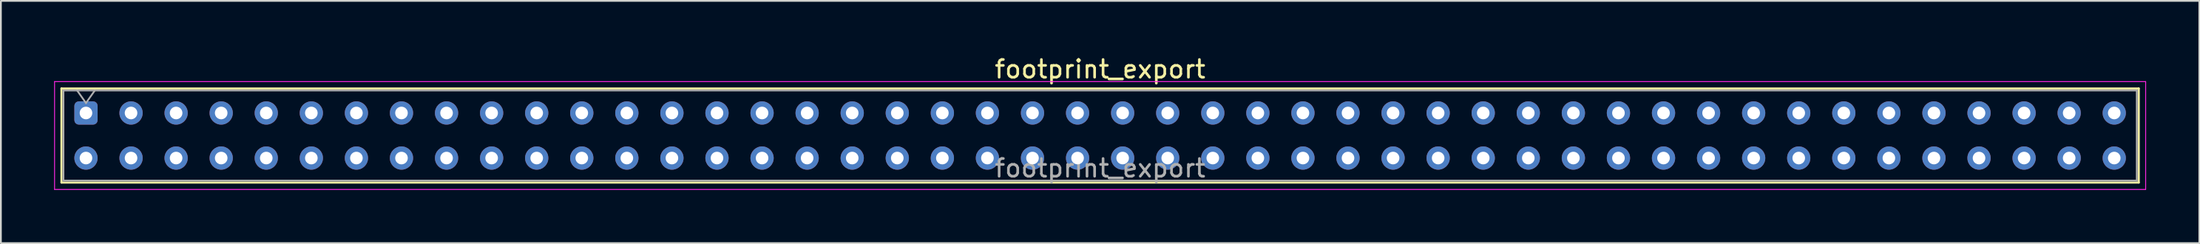
<source format=kicad_pcb>
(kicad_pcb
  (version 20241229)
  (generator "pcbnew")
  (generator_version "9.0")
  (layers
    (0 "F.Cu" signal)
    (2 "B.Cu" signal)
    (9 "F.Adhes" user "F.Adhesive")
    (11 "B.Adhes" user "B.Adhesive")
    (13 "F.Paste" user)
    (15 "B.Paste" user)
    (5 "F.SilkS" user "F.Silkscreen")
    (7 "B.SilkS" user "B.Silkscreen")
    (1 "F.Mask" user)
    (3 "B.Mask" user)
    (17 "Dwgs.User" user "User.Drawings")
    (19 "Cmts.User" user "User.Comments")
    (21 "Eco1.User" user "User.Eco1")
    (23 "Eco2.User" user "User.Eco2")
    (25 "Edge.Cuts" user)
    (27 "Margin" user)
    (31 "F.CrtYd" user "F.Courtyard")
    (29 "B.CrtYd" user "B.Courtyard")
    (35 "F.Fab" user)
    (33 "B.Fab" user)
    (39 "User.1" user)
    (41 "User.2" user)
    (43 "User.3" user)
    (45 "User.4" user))
  (footprint "footprint_export"
    (layer "F.Cu")
    (at 1.795 3.318)
    (property "Reference" "footprint_export" (at 57.15 -2.47 0) (layer "F.SilkS") (effects (font (size 1 1) (thickness 0.15))))
    (attr through_hole)
    (fp_line (start -1.38 -1.38) (end 115.68 -1.38) (stroke (width 0.12) (type solid)) (layer "F.SilkS"))
    (fp_line (start -1.38 3.92) (end -1.38 -1.38) (stroke (width 0.12) (type solid)) (layer "F.SilkS"))
    (fp_line (start 115.68 -1.38) (end 115.68 3.92) (stroke (width 0.12) (type solid)) (layer "F.SilkS"))
    (fp_line (start 115.68 3.92) (end -1.38 3.92) (stroke (width 0.12) (type solid)) (layer "F.SilkS"))
    (fp_line (start -1.77 -1.77) (end 116.07 -1.77) (stroke (width 0.05) (type solid)) (layer "F.CrtYd"))
    (fp_line (start -1.77 4.31) (end -1.77 -1.77) (stroke (width 0.05) (type solid)) (layer "F.CrtYd"))
    (fp_line (start 116.07 -1.77) (end 116.07 4.31) (stroke (width 0.05) (type solid)) (layer "F.CrtYd"))
    (fp_line (start 116.07 4.31) (end -1.77 4.31) (stroke (width 0.05) (type solid)) (layer "F.CrtYd"))
    (fp_line (start -1.27 -1.27) (end 115.57 -1.27) (stroke (width 0.1) (type solid)) (layer "F.Fab"))
    (fp_line (start -1.27 3.81) (end -1.27 -1.27) (stroke (width 0.1) (type solid)) (layer "F.Fab"))
    (fp_line (start -0.5 -1.27) (end 0 -0.563) (stroke (width 0.1) (type solid)) (layer "F.Fab"))
    (fp_line (start 0 -0.563) (end 0.5 -1.27) (stroke (width 0.1) (type solid)) (layer "F.Fab"))
    (fp_line (start 115.57 -1.27) (end 115.57 3.81) (stroke (width 0.1) (type solid)) (layer "F.Fab"))
    (fp_line (start 115.57 3.81) (end -1.27 3.81) (stroke (width 0.1) (type solid)) (layer "F.Fab"))
    (fp_text user "${REFERENCE}" (at 57.15 3.11 0) (layer "F.Fab") (effects (font (size 1 1) (thickness 0.15))))
    (pad "1" thru_hole roundrect (at 0 0) (size 1.31 1.31) (drill 0.71) (layers "*.Cu" "*.Mask") (roundrect_rratio 0.191))
    (pad "2" thru_hole circle (at 0 2.54) (size 1.31 1.31) (drill 0.71) (layers "*.Cu" "*.Mask"))
    (pad "3" thru_hole circle (at 2.54 0) (size 1.31 1.31) (drill 0.71) (layers "*.Cu" "*.Mask"))
    (pad "4" thru_hole circle (at 2.54 2.54) (size 1.31 1.31) (drill 0.71) (layers "*.Cu" "*.Mask"))
    (pad "5" thru_hole circle (at 5.08 0) (size 1.31 1.31) (drill 0.71) (layers "*.Cu" "*.Mask"))
    (pad "6" thru_hole circle (at 5.08 2.54) (size 1.31 1.31) (drill 0.71) (layers "*.Cu" "*.Mask"))
    (pad "7" thru_hole circle (at 7.62 0) (size 1.31 1.31) (drill 0.71) (layers "*.Cu" "*.Mask"))
    (pad "8" thru_hole circle (at 7.62 2.54) (size 1.31 1.31) (drill 0.71) (layers "*.Cu" "*.Mask"))
    (pad "9" thru_hole circle (at 10.16 0) (size 1.31 1.31) (drill 0.71) (layers "*.Cu" "*.Mask"))
    (pad "10" thru_hole circle (at 10.16 2.54) (size 1.31 1.31) (drill 0.71) (layers "*.Cu" "*.Mask"))
    (pad "11" thru_hole circle (at 12.7 0) (size 1.31 1.31) (drill 0.71) (layers "*.Cu" "*.Mask"))
    (pad "12" thru_hole circle (at 12.7 2.54) (size 1.31 1.31) (drill 0.71) (layers "*.Cu" "*.Mask"))
    (pad "13" thru_hole circle (at 15.24 0) (size 1.31 1.31) (drill 0.71) (layers "*.Cu" "*.Mask"))
    (pad "14" thru_hole circle (at 15.24 2.54) (size 1.31 1.31) (drill 0.71) (layers "*.Cu" "*.Mask"))
    (pad "15" thru_hole circle (at 17.78 0) (size 1.31 1.31) (drill 0.71) (layers "*.Cu" "*.Mask"))
    (pad "16" thru_hole circle (at 17.78 2.54) (size 1.31 1.31) (drill 0.71) (layers "*.Cu" "*.Mask"))
    (pad "17" thru_hole circle (at 20.32 0) (size 1.31 1.31) (drill 0.71) (layers "*.Cu" "*.Mask"))
    (pad "18" thru_hole circle (at 20.32 2.54) (size 1.31 1.31) (drill 0.71) (layers "*.Cu" "*.Mask"))
    (pad "19" thru_hole circle (at 22.86 0) (size 1.31 1.31) (drill 0.71) (layers "*.Cu" "*.Mask"))
    (pad "20" thru_hole circle (at 22.86 2.54) (size 1.31 1.31) (drill 0.71) (layers "*.Cu" "*.Mask"))
    (pad "21" thru_hole circle (at 25.4 0) (size 1.31 1.31) (drill 0.71) (layers "*.Cu" "*.Mask"))
    (pad "22" thru_hole circle (at 25.4 2.54) (size 1.31 1.31) (drill 0.71) (layers "*.Cu" "*.Mask"))
    (pad "23" thru_hole circle (at 27.94 0) (size 1.31 1.31) (drill 0.71) (layers "*.Cu" "*.Mask"))
    (pad "24" thru_hole circle (at 27.94 2.54) (size 1.31 1.31) (drill 0.71) (layers "*.Cu" "*.Mask"))
    (pad "25" thru_hole circle (at 30.48 0) (size 1.31 1.31) (drill 0.71) (layers "*.Cu" "*.Mask"))
    (pad "26" thru_hole circle (at 30.48 2.54) (size 1.31 1.31) (drill 0.71) (layers "*.Cu" "*.Mask"))
    (pad "27" thru_hole circle (at 33.02 0) (size 1.31 1.31) (drill 0.71) (layers "*.Cu" "*.Mask"))
    (pad "28" thru_hole circle (at 33.02 2.54) (size 1.31 1.31) (drill 0.71) (layers "*.Cu" "*.Mask"))
    (pad "29" thru_hole circle (at 35.56 0) (size 1.31 1.31) (drill 0.71) (layers "*.Cu" "*.Mask"))
    (pad "30" thru_hole circle (at 35.56 2.54) (size 1.31 1.31) (drill 0.71) (layers "*.Cu" "*.Mask"))
    (pad "31" thru_hole circle (at 38.1 0) (size 1.31 1.31) (drill 0.71) (layers "*.Cu" "*.Mask"))
    (pad "32" thru_hole circle (at 38.1 2.54) (size 1.31 1.31) (drill 0.71) (layers "*.Cu" "*.Mask"))
    (pad "33" thru_hole circle (at 40.64 0) (size 1.31 1.31) (drill 0.71) (layers "*.Cu" "*.Mask"))
    (pad "34" thru_hole circle (at 40.64 2.54) (size 1.31 1.31) (drill 0.71) (layers "*.Cu" "*.Mask"))
    (pad "35" thru_hole circle (at 43.18 0) (size 1.31 1.31) (drill 0.71) (layers "*.Cu" "*.Mask"))
    (pad "36" thru_hole circle (at 43.18 2.54) (size 1.31 1.31) (drill 0.71) (layers "*.Cu" "*.Mask"))
    (pad "37" thru_hole circle (at 45.72 0) (size 1.31 1.31) (drill 0.71) (layers "*.Cu" "*.Mask"))
    (pad "38" thru_hole circle (at 45.72 2.54) (size 1.31 1.31) (drill 0.71) (layers "*.Cu" "*.Mask"))
    (pad "39" thru_hole circle (at 48.26 0) (size 1.31 1.31) (drill 0.71) (layers "*.Cu" "*.Mask"))
    (pad "40" thru_hole circle (at 48.26 2.54) (size 1.31 1.31) (drill 0.71) (layers "*.Cu" "*.Mask"))
    (pad "41" thru_hole circle (at 50.8 0) (size 1.31 1.31) (drill 0.71) (layers "*.Cu" "*.Mask"))
    (pad "42" thru_hole circle (at 50.8 2.54) (size 1.31 1.31) (drill 0.71) (layers "*.Cu" "*.Mask"))
    (pad "43" thru_hole circle (at 53.34 0) (size 1.31 1.31) (drill 0.71) (layers "*.Cu" "*.Mask"))
    (pad "44" thru_hole circle (at 53.34 2.54) (size 1.31 1.31) (drill 0.71) (layers "*.Cu" "*.Mask"))
    (pad "45" thru_hole circle (at 55.88 0) (size 1.31 1.31) (drill 0.71) (layers "*.Cu" "*.Mask"))
    (pad "46" thru_hole circle (at 55.88 2.54) (size 1.31 1.31) (drill 0.71) (layers "*.Cu" "*.Mask"))
    (pad "47" thru_hole circle (at 58.42 0) (size 1.31 1.31) (drill 0.71) (layers "*.Cu" "*.Mask"))
    (pad "48" thru_hole circle (at 58.42 2.54) (size 1.31 1.31) (drill 0.71) (layers "*.Cu" "*.Mask"))
    (pad "49" thru_hole circle (at 60.96 0) (size 1.31 1.31) (drill 0.71) (layers "*.Cu" "*.Mask"))
    (pad "50" thru_hole circle (at 60.96 2.54) (size 1.31 1.31) (drill 0.71) (layers "*.Cu" "*.Mask"))
    (pad "51" thru_hole circle (at 63.5 0) (size 1.31 1.31) (drill 0.71) (layers "*.Cu" "*.Mask"))
    (pad "52" thru_hole circle (at 63.5 2.54) (size 1.31 1.31) (drill 0.71) (layers "*.Cu" "*.Mask"))
    (pad "53" thru_hole circle (at 66.04 0) (size 1.31 1.31) (drill 0.71) (layers "*.Cu" "*.Mask"))
    (pad "54" thru_hole circle (at 66.04 2.54) (size 1.31 1.31) (drill 0.71) (layers "*.Cu" "*.Mask"))
    (pad "55" thru_hole circle (at 68.58 0) (size 1.31 1.31) (drill 0.71) (layers "*.Cu" "*.Mask"))
    (pad "56" thru_hole circle (at 68.58 2.54) (size 1.31 1.31) (drill 0.71) (layers "*.Cu" "*.Mask"))
    (pad "57" thru_hole circle (at 71.12 0) (size 1.31 1.31) (drill 0.71) (layers "*.Cu" "*.Mask"))
    (pad "58" thru_hole circle (at 71.12 2.54) (size 1.31 1.31) (drill 0.71) (layers "*.Cu" "*.Mask"))
    (pad "59" thru_hole circle (at 73.66 0) (size 1.31 1.31) (drill 0.71) (layers "*.Cu" "*.Mask"))
    (pad "60" thru_hole circle (at 73.66 2.54) (size 1.31 1.31) (drill 0.71) (layers "*.Cu" "*.Mask"))
    (pad "61" thru_hole circle (at 76.2 0) (size 1.31 1.31) (drill 0.71) (layers "*.Cu" "*.Mask"))
    (pad "62" thru_hole circle (at 76.2 2.54) (size 1.31 1.31) (drill 0.71) (layers "*.Cu" "*.Mask"))
    (pad "63" thru_hole circle (at 78.74 0) (size 1.31 1.31) (drill 0.71) (layers "*.Cu" "*.Mask"))
    (pad "64" thru_hole circle (at 78.74 2.54) (size 1.31 1.31) (drill 0.71) (layers "*.Cu" "*.Mask"))
    (pad "65" thru_hole circle (at 81.28 0) (size 1.31 1.31) (drill 0.71) (layers "*.Cu" "*.Mask"))
    (pad "66" thru_hole circle (at 81.28 2.54) (size 1.31 1.31) (drill 0.71) (layers "*.Cu" "*.Mask"))
    (pad "67" thru_hole circle (at 83.82 0) (size 1.31 1.31) (drill 0.71) (layers "*.Cu" "*.Mask"))
    (pad "68" thru_hole circle (at 83.82 2.54) (size 1.31 1.31) (drill 0.71) (layers "*.Cu" "*.Mask"))
    (pad "69" thru_hole circle (at 86.36 0) (size 1.31 1.31) (drill 0.71) (layers "*.Cu" "*.Mask"))
    (pad "70" thru_hole circle (at 86.36 2.54) (size 1.31 1.31) (drill 0.71) (layers "*.Cu" "*.Mask"))
    (pad "71" thru_hole circle (at 88.9 0) (size 1.31 1.31) (drill 0.71) (layers "*.Cu" "*.Mask"))
    (pad "72" thru_hole circle (at 88.9 2.54) (size 1.31 1.31) (drill 0.71) (layers "*.Cu" "*.Mask"))
    (pad "73" thru_hole circle (at 91.44 0) (size 1.31 1.31) (drill 0.71) (layers "*.Cu" "*.Mask"))
    (pad "74" thru_hole circle (at 91.44 2.54) (size 1.31 1.31) (drill 0.71) (layers "*.Cu" "*.Mask"))
    (pad "75" thru_hole circle (at 93.98 0) (size 1.31 1.31) (drill 0.71) (layers "*.Cu" "*.Mask"))
    (pad "76" thru_hole circle (at 93.98 2.54) (size 1.31 1.31) (drill 0.71) (layers "*.Cu" "*.Mask"))
    (pad "77" thru_hole circle (at 96.52 0) (size 1.31 1.31) (drill 0.71) (layers "*.Cu" "*.Mask"))
    (pad "78" thru_hole circle (at 96.52 2.54) (size 1.31 1.31) (drill 0.71) (layers "*.Cu" "*.Mask"))
    (pad "79" thru_hole circle (at 99.06 0) (size 1.31 1.31) (drill 0.71) (layers "*.Cu" "*.Mask"))
    (pad "80" thru_hole circle (at 99.06 2.54) (size 1.31 1.31) (drill 0.71) (layers "*.Cu" "*.Mask"))
    (pad "81" thru_hole circle (at 101.6 0) (size 1.31 1.31) (drill 0.71) (layers "*.Cu" "*.Mask"))
    (pad "82" thru_hole circle (at 101.6 2.54) (size 1.31 1.31) (drill 0.71) (layers "*.Cu" "*.Mask"))
    (pad "83" thru_hole circle (at 104.14 0) (size 1.31 1.31) (drill 0.71) (layers "*.Cu" "*.Mask"))
    (pad "84" thru_hole circle (at 104.14 2.54) (size 1.31 1.31) (drill 0.71) (layers "*.Cu" "*.Mask"))
    (pad "85" thru_hole circle (at 106.68 0) (size 1.31 1.31) (drill 0.71) (layers "*.Cu" "*.Mask"))
    (pad "86" thru_hole circle (at 106.68 2.54) (size 1.31 1.31) (drill 0.71) (layers "*.Cu" "*.Mask"))
    (pad "87" thru_hole circle (at 109.22 0) (size 1.31 1.31) (drill 0.71) (layers "*.Cu" "*.Mask"))
    (pad "88" thru_hole circle (at 109.22 2.54) (size 1.31 1.31) (drill 0.71) (layers "*.Cu" "*.Mask"))
    (pad "89" thru_hole circle (at 111.76 0) (size 1.31 1.31) (drill 0.71) (layers "*.Cu" "*.Mask"))
    (pad "90" thru_hole circle (at 111.76 2.54) (size 1.31 1.31) (drill 0.71) (layers "*.Cu" "*.Mask"))
    (pad "91" thru_hole circle (at 114.3 0) (size 1.31 1.31) (drill 0.71) (layers "*.Cu" "*.Mask"))
    (pad "92" thru_hole circle (at 114.3 2.54) (size 1.31 1.31) (drill 0.71) (layers "*.Cu" "*.Mask")))
  (gr_rect
    (start -3 -3)
    (end 120.89 10.653)
    (stroke (width 0.1) (type default))
    (fill no)
    (layer "Edge.Cuts")))
</source>
